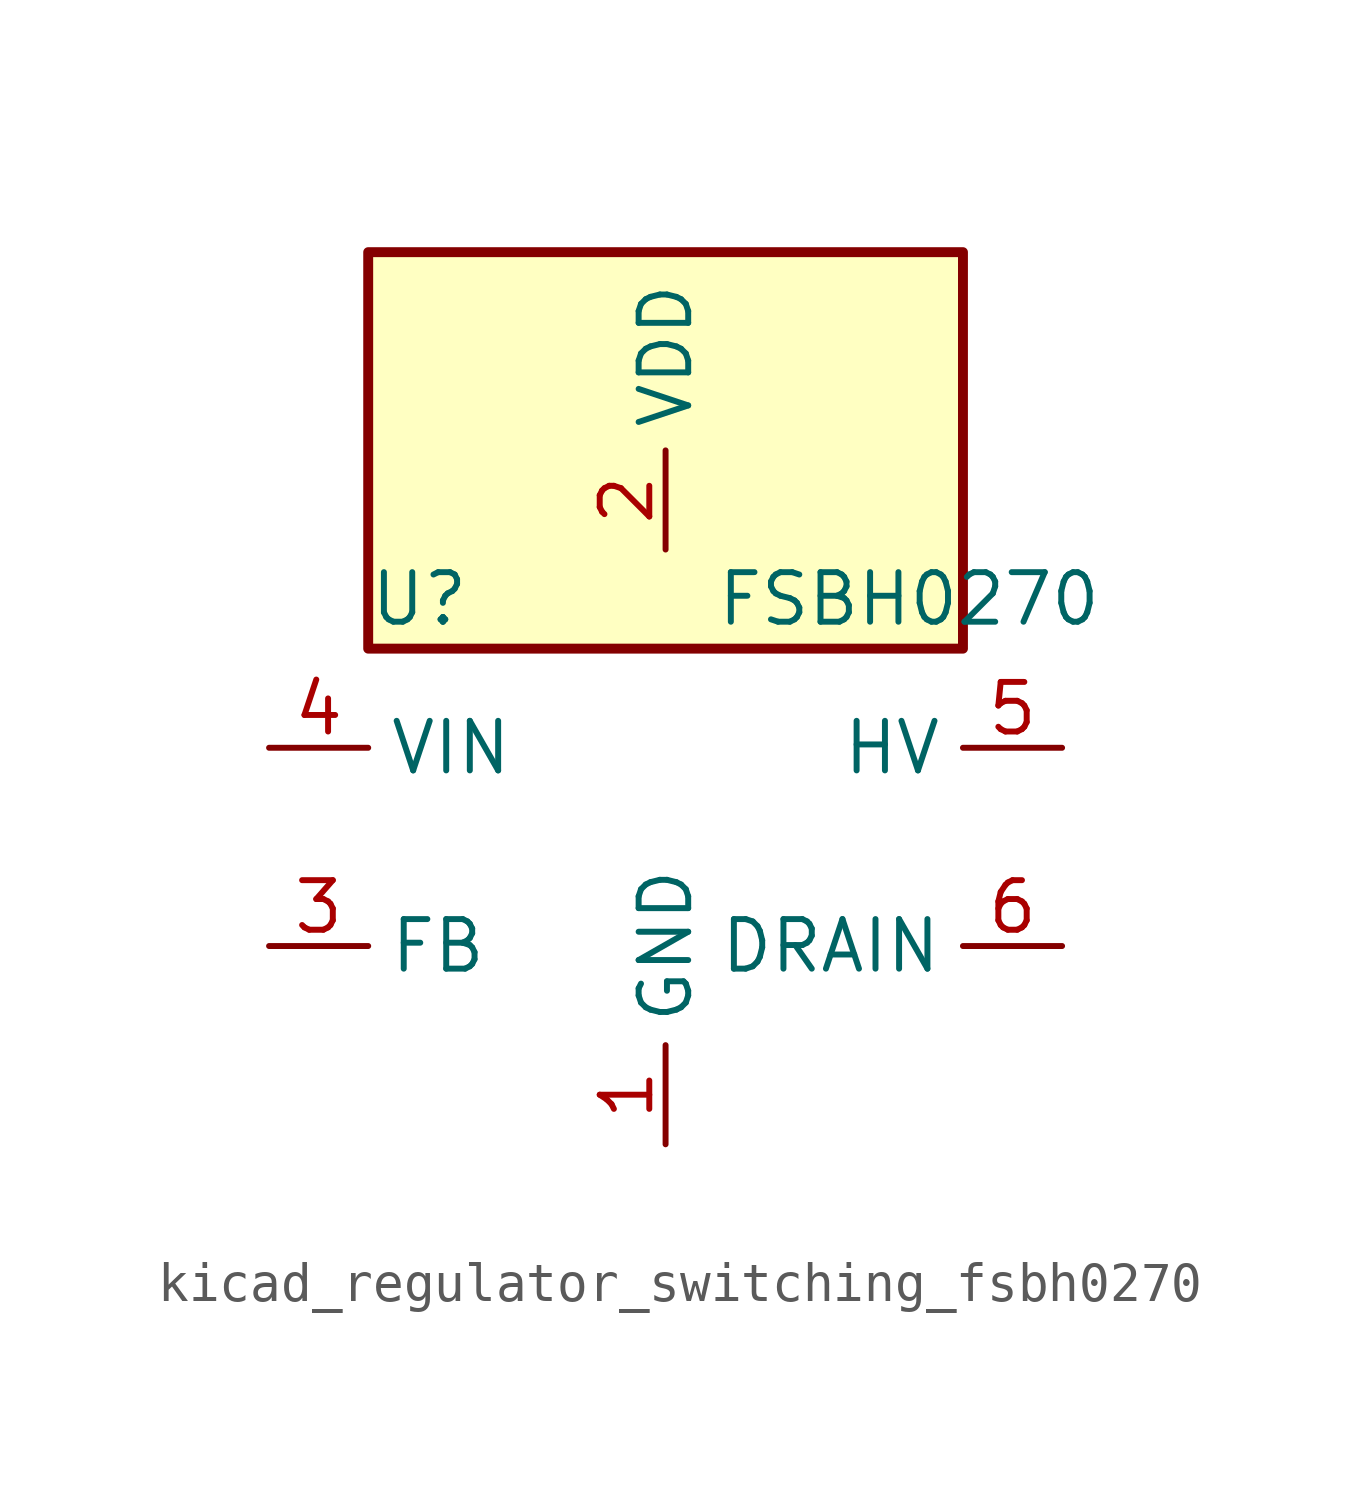
<source format=kicad_sym>
(kicad_symbol_lib
  (version 20220914)
  (generator kicad_symbol_editor)
  (symbol "kicad_regulator_switching_fsbh0270"
    (property "Reference" "U"
      (at -7.62 6.35 0)
      (effects (font (size 1.27 1.27)) (justify left)))
    (property "Value" "FSBH0270"
      (at 1.27 6.35 0)
      (effects (font (size 1.27 1.27)) (justify left)))
    (symbol "kicad_regulator_switching_fsbh0270_0_1"
      (rectangle (start 7.62 15.24) (end -7.62 5.08) (stroke (width 0.254) (type default)) (fill (type background))))
    (symbol "kicad_regulator_switching_fsbh0270_1_1"
      (pin power_in line (at 0 -7.62 90) (length 2.54) (name "GND" (effects (font (size 1.27 1.27)))) (number "1" (effects (font (size 1.27 1.27)))))
      (pin power_in line (at 0 7.62 90) (length 2.54) (name "VDD" (effects (font (size 1.27 1.27)))) (number "2" (effects (font (size 1.27 1.27)))))
      (pin input line (at -10.16 -2.54 0) (length 2.54) (name "FB" (effects (font (size 1.27 1.27)))) (number "3" (effects (font (size 1.27 1.27)))))
      (pin input line (at -10.16 2.54 0) (length 2.54) (name "VIN" (effects (font (size 1.27 1.27)))) (number "4" (effects (font (size 1.27 1.27)))))
      (pin input line (at 10.16 2.54 180) (length 2.54) (name "HV" (effects (font (size 1.27 1.27)))) (number "5" (effects (font (size 1.27 1.27)))))
      (pin open_collector line (at 10.16 -2.54 180) (length 2.54) (name "DRAIN" (effects (font (size 1.27 1.27)))) (number "6" (effects (font (size 1.27 1.27)))))
      (pin open_collector line (at 10.16 -2.54 180) (length 2.54) hide (name "DRAIN" (effects (font (size 1.27 1.27)))) (number "7" (effects (font (size 1.27 1.27)))))
      (pin open_collector line (at 10.16 -2.54 180) (length 2.54) hide (name "DRAIN" (effects (font (size 1.27 1.27)))) (number "8" (effects (font (size 1.27 1.27))))))))
</source>
